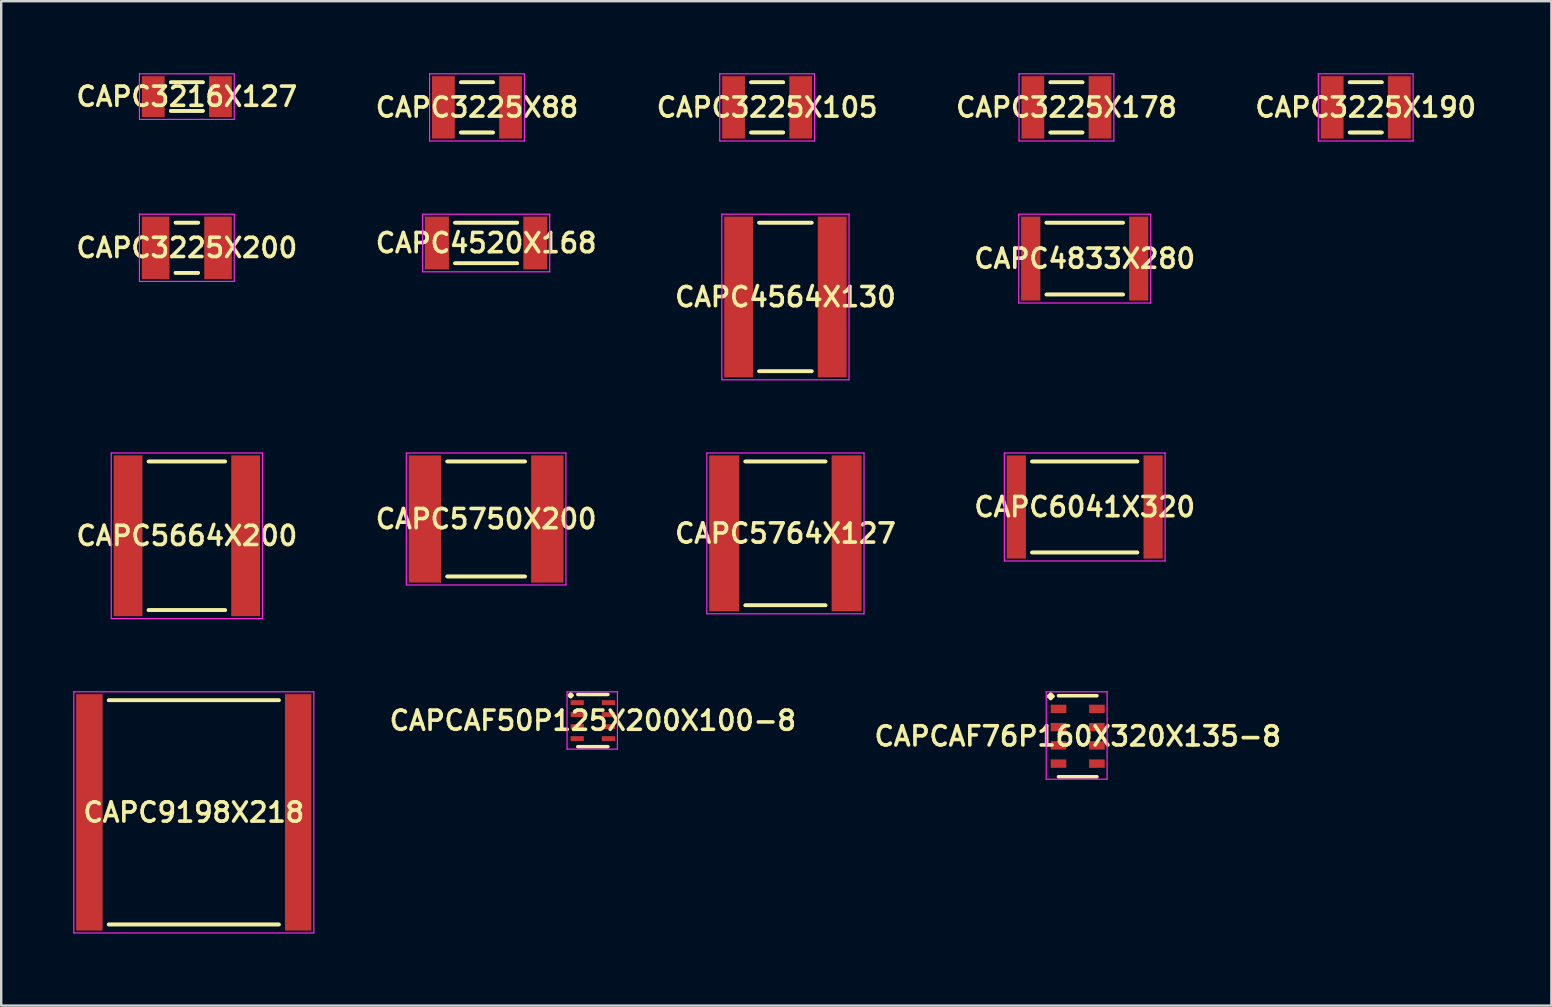
<source format=kicad_pcb>
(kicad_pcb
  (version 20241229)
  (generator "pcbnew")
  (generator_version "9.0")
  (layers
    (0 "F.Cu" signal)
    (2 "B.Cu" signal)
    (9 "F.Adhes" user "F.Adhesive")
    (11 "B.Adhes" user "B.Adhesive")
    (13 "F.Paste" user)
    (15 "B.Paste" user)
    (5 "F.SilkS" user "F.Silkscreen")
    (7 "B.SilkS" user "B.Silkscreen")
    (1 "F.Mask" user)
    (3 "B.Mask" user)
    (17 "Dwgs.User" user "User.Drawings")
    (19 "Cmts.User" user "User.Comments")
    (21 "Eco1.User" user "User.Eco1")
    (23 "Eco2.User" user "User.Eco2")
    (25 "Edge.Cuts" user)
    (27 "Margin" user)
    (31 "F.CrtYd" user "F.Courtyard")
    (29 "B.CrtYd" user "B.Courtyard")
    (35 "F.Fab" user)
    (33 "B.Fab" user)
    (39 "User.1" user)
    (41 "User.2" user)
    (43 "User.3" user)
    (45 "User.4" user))
  (footprint "CAPC4833X280"
    (layer "F.Cu")
    (at 42.148 7.725)
    (property "Reference" "CAPC4833X280" (at 0 0 0) (layer "F.SilkS") (effects (font (size 0.8 0.8) (thickness 0.15))))
    (attr smd)
    (fp_line (start -1.596 -1.496) (end 1.596 -1.496) (stroke (width 0.15) (type solid)) (layer "F.SilkS"))
    (fp_line (start -1.596 1.496) (end 1.596 1.496) (stroke (width 0.15) (type solid)) (layer "F.SilkS"))
    (fp_line (start 1.596 -1.496) (end -1.596 -1.496) (stroke (width 0.15) (type solid)) (layer "F.SilkS"))
    (fp_line (start 1.596 1.496) (end -1.596 1.496) (stroke (width 0.15) (type solid)) (layer "F.SilkS"))
    (fp_line (start -2.75 -1.85) (end 2.75 -1.85) (stroke (width 0.05) (type solid)) (layer "F.CrtYd"))
    (fp_line (start -2.75 1.85) (end -2.75 -1.85) (stroke (width 0.05) (type solid)) (layer "F.CrtYd"))
    (fp_line (start 2.75 -1.85) (end 2.75 1.85) (stroke (width 0.05) (type solid)) (layer "F.CrtYd"))
    (fp_line (start 2.75 1.85) (end -2.75 1.85) (stroke (width 0.05) (type solid)) (layer "F.CrtYd"))
    (pad "1" smd rect (at -2.25 0) (size 0.8 3.5) (layers "F.Cu" "F.Mask" "F.Paste"))
    (pad "2" smd rect (at 2.25 0) (size 0.8 3.5) (layers "F.Cu" "F.Mask" "F.Paste")))
  (footprint "CAPC9198X218"
    (layer "F.Cu")
    (at 5.025 30.8)
    (property "Reference" "CAPC9198X218" (at 0 0 0) (layer "F.SilkS") (effects (font (size 0.8 0.8) (thickness 0.15))))
    (attr smd)
    (fp_line (start -3.546 -4.671) (end 3.546 -4.671) (stroke (width 0.15) (type solid)) (layer "F.SilkS"))
    (fp_line (start -3.546 4.671) (end 3.546 4.671) (stroke (width 0.15) (type solid)) (layer "F.SilkS"))
    (fp_line (start 3.546 -4.671) (end -3.546 -4.671) (stroke (width 0.15) (type solid)) (layer "F.SilkS"))
    (fp_line (start 3.546 4.671) (end -3.546 4.671) (stroke (width 0.15) (type solid)) (layer "F.SilkS"))
    (fp_line (start -5 -5.025) (end 5 -5.025) (stroke (width 0.05) (type solid)) (layer "F.CrtYd"))
    (fp_line (start -5 5.025) (end -5 -5.025) (stroke (width 0.05) (type solid)) (layer "F.CrtYd"))
    (fp_line (start 5 -5.025) (end 5 5.025) (stroke (width 0.05) (type solid)) (layer "F.CrtYd"))
    (fp_line (start 5 5.025) (end -5 5.025) (stroke (width 0.05) (type solid)) (layer "F.CrtYd"))
    (pad "1" smd rect (at -4.35 0) (size 1.1 9.85) (layers "F.Cu" "F.Mask" "F.Paste"))
    (pad "2" smd rect (at 4.35 0) (size 1.1 9.85) (layers "F.Cu" "F.Mask" "F.Paste")))
  (footprint "CAPC3225X178"
    (layer "F.Cu")
    (at 41.386 1.425)
    (property "Reference" "CAPC3225X178" (at 0 0 0) (layer "F.SilkS") (effects (font (size 0.8 0.8) (thickness 0.15))))
    (attr smd)
    (fp_line (start -0.671 -1.046) (end 0.671 -1.046) (stroke (width 0.15) (type solid)) (layer "F.SilkS"))
    (fp_line (start -0.671 1.046) (end 0.671 1.046) (stroke (width 0.15) (type solid)) (layer "F.SilkS"))
    (fp_line (start 0.671 -1.046) (end -0.671 -1.046) (stroke (width 0.15) (type solid)) (layer "F.SilkS"))
    (fp_line (start 0.671 1.046) (end -0.671 1.046) (stroke (width 0.15) (type solid)) (layer "F.SilkS"))
    (fp_line (start -1.975 -1.4) (end 1.975 -1.4) (stroke (width 0.05) (type solid)) (layer "F.CrtYd"))
    (fp_line (start -1.975 1.4) (end -1.975 -1.4) (stroke (width 0.05) (type solid)) (layer "F.CrtYd"))
    (fp_line (start 1.975 -1.4) (end 1.975 1.4) (stroke (width 0.05) (type solid)) (layer "F.CrtYd"))
    (fp_line (start 1.975 1.4) (end -1.975 1.4) (stroke (width 0.05) (type solid)) (layer "F.CrtYd"))
    (pad "1" smd rect (at -1.4 0) (size 0.95 2.6) (layers "F.Cu" "F.Mask" "F.Paste"))
    (pad "2" smd rect (at 1.4 0) (size 0.95 2.6) (layers "F.Cu" "F.Mask" "F.Paste")))
  (footprint "CAPC5764X127"
    (layer "F.Cu")
    (at 29.677 19.175)
    (property "Reference" "CAPC5764X127" (at 0 0 0) (layer "F.SilkS") (effects (font (size 0.8 0.8) (thickness 0.15))))
    (attr smd)
    (fp_line (start -1.671 -2.996) (end 1.671 -2.996) (stroke (width 0.15) (type solid)) (layer "F.SilkS"))
    (fp_line (start -1.671 2.996) (end 1.671 2.996) (stroke (width 0.15) (type solid)) (layer "F.SilkS"))
    (fp_line (start 1.671 -2.996) (end -1.671 -2.996) (stroke (width 0.15) (type solid)) (layer "F.SilkS"))
    (fp_line (start 1.671 2.996) (end -1.671 2.996) (stroke (width 0.15) (type solid)) (layer "F.SilkS"))
    (fp_line (start -3.275 -3.35) (end 3.275 -3.35) (stroke (width 0.05) (type solid)) (layer "F.CrtYd"))
    (fp_line (start -3.275 3.35) (end -3.275 -3.35) (stroke (width 0.05) (type solid)) (layer "F.CrtYd"))
    (fp_line (start 3.275 -3.35) (end 3.275 3.35) (stroke (width 0.05) (type solid)) (layer "F.CrtYd"))
    (fp_line (start 3.275 3.35) (end -3.275 3.35) (stroke (width 0.05) (type solid)) (layer "F.CrtYd"))
    (pad "1" smd rect (at -2.55 0) (size 1.25 6.5) (layers "F.Cu" "F.Mask" "F.Paste"))
    (pad "2" smd rect (at 2.55 0) (size 1.25 6.5) (layers "F.Cu" "F.Mask" "F.Paste")))
  (footprint "CAPC3225X88"
    (layer "F.Cu")
    (at 16.825 1.425)
    (property "Reference" "CAPC3225X88" (at 0 0 0) (layer "F.SilkS") (effects (font (size 0.8 0.8) (thickness 0.15))))
    (attr smd)
    (fp_line (start -0.671 -1.046) (end 0.671 -1.046) (stroke (width 0.15) (type solid)) (layer "F.SilkS"))
    (fp_line (start -0.671 1.046) (end 0.671 1.046) (stroke (width 0.15) (type solid)) (layer "F.SilkS"))
    (fp_line (start 0.671 -1.046) (end -0.671 -1.046) (stroke (width 0.15) (type solid)) (layer "F.SilkS"))
    (fp_line (start 0.671 1.046) (end -0.671 1.046) (stroke (width 0.15) (type solid)) (layer "F.SilkS"))
    (fp_line (start -1.975 -1.4) (end 1.975 -1.4) (stroke (width 0.05) (type solid)) (layer "F.CrtYd"))
    (fp_line (start -1.975 1.4) (end -1.975 -1.4) (stroke (width 0.05) (type solid)) (layer "F.CrtYd"))
    (fp_line (start 1.975 -1.4) (end 1.975 1.4) (stroke (width 0.05) (type solid)) (layer "F.CrtYd"))
    (fp_line (start 1.975 1.4) (end -1.975 1.4) (stroke (width 0.05) (type solid)) (layer "F.CrtYd"))
    (pad "1" smd rect (at -1.4 0) (size 0.95 2.6) (layers "F.Cu" "F.Mask" "F.Paste"))
    (pad "2" smd rect (at 1.4 0) (size 0.95 2.6) (layers "F.Cu" "F.Mask" "F.Paste")))
  (footprint "CAPC3216X127"
    (layer "F.Cu")
    (at 4.735 0.975)
    (property "Reference" "CAPC3216X127" (at 0 0 0) (layer "F.SilkS") (effects (font (size 0.8 0.8) (thickness 0.15))))
    (attr smd)
    (fp_line (start -0.671 -0.596) (end 0.671 -0.596) (stroke (width 0.15) (type solid)) (layer "F.SilkS"))
    (fp_line (start -0.671 0.596) (end 0.671 0.596) (stroke (width 0.15) (type solid)) (layer "F.SilkS"))
    (fp_line (start 0.671 -0.596) (end -0.671 -0.596) (stroke (width 0.15) (type solid)) (layer "F.SilkS"))
    (fp_line (start 0.671 0.596) (end -0.671 0.596) (stroke (width 0.15) (type solid)) (layer "F.SilkS"))
    (fp_line (start -1.975 -0.95) (end 1.975 -0.95) (stroke (width 0.05) (type solid)) (layer "F.CrtYd"))
    (fp_line (start -1.975 0.95) (end -1.975 -0.95) (stroke (width 0.05) (type solid)) (layer "F.CrtYd"))
    (fp_line (start 1.975 -0.95) (end 1.975 0.95) (stroke (width 0.05) (type solid)) (layer "F.CrtYd"))
    (fp_line (start 1.975 0.95) (end -1.975 0.95) (stroke (width 0.05) (type solid)) (layer "F.CrtYd"))
    (pad "1" smd rect (at -1.4 0) (size 0.95 1.7) (layers "F.Cu" "F.Mask" "F.Paste"))
    (pad "2" smd rect (at 1.4 0) (size 0.95 1.7) (layers "F.Cu" "F.Mask" "F.Paste")))
  (footprint "CAPCAF76P160X320X135-8"
    (layer "F.Cu")
    (at 41.856 27.628)
    (property "Reference" "CAPCAF76P160X320X135-8" (at 0 0 0) (layer "F.SilkS") (effects (font (size 0.8 0.8) (thickness 0.15))))
    (attr smd)
    (fp_line (start -1.212 -1.665) (end -1.125 -1.752) (stroke (width 0.15) (type solid)) (layer "F.SilkS"))
    (fp_line (start -1.125 -1.752) (end -1.038 -1.665) (stroke (width 0.15) (type solid)) (layer "F.SilkS"))
    (fp_line (start -1.125 -1.577) (end -1.212 -1.665) (stroke (width 0.15) (type solid)) (layer "F.SilkS"))
    (fp_line (start -1.038 -1.665) (end -1.125 -1.577) (stroke (width 0.15) (type solid)) (layer "F.SilkS"))
    (fp_line (start -0.8 -1.689) (end 0.8 -1.689) (stroke (width 0.15) (type solid)) (layer "F.SilkS"))
    (fp_line (start -0.8 1.689) (end 0.8 1.689) (stroke (width 0.15) (type solid)) (layer "F.SilkS"))
    (fp_line (start -1.312 -1.853) (end 1.225 -1.853) (stroke (width 0.05) (type solid)) (layer "F.CrtYd"))
    (fp_line (start -1.312 1.789) (end -1.312 -1.853) (stroke (width 0.05) (type solid)) (layer "F.CrtYd"))
    (fp_line (start 1.225 -1.853) (end 1.225 1.789) (stroke (width 0.05) (type solid)) (layer "F.CrtYd"))
    (fp_line (start 1.225 1.789) (end -1.312 1.789) (stroke (width 0.05) (type solid)) (layer "F.CrtYd"))
    (pad "1" smd rect (at -0.8 -1.14) (size 0.65 0.35) (layers "F.Cu" "F.Mask" "F.Paste"))
    (pad "2" smd rect (at -0.8 -0.38) (size 0.65 0.35) (layers "F.Cu" "F.Mask" "F.Paste"))
    (pad "3" smd rect (at -0.8 0.38) (size 0.65 0.35) (layers "F.Cu" "F.Mask" "F.Paste"))
    (pad "4" smd rect (at -0.8 1.14) (size 0.65 0.35) (layers "F.Cu" "F.Mask" "F.Paste"))
    (pad "5" smd rect (at 0.8 1.14) (size 0.65 0.35) (layers "F.Cu" "F.Mask" "F.Paste"))
    (pad "6" smd rect (at 0.8 0.38) (size 0.65 0.35) (layers "F.Cu" "F.Mask" "F.Paste"))
    (pad "7" smd rect (at 0.8 -0.38) (size 0.65 0.35) (layers "F.Cu" "F.Mask" "F.Paste"))
    (pad "8" smd rect (at 0.8 -1.14) (size 0.65 0.35) (layers "F.Cu" "F.Mask" "F.Paste")))
  (footprint "CAPC5664X200"
    (layer "F.Cu")
    (at 4.735 19.275)
    (property "Reference" "CAPC5664X200" (at 0 0 0) (layer "F.SilkS") (effects (font (size 0.8 0.8) (thickness 0.15))))
    (attr smd)
    (fp_line (start -1.596 -3.096) (end 1.596 -3.096) (stroke (width 0.15) (type solid)) (layer "F.SilkS"))
    (fp_line (start -1.596 3.096) (end 1.596 3.096) (stroke (width 0.15) (type solid)) (layer "F.SilkS"))
    (fp_line (start 1.596 -3.096) (end -1.596 -3.096) (stroke (width 0.15) (type solid)) (layer "F.SilkS"))
    (fp_line (start 1.596 3.096) (end -1.596 3.096) (stroke (width 0.15) (type solid)) (layer "F.SilkS"))
    (fp_line (start -3.15 -3.45) (end 3.15 -3.45) (stroke (width 0.05) (type solid)) (layer "F.CrtYd"))
    (fp_line (start -3.15 3.45) (end -3.15 -3.45) (stroke (width 0.05) (type solid)) (layer "F.CrtYd"))
    (fp_line (start 3.15 -3.45) (end 3.15 3.45) (stroke (width 0.05) (type solid)) (layer "F.CrtYd"))
    (fp_line (start 3.15 3.45) (end -3.15 3.45) (stroke (width 0.05) (type solid)) (layer "F.CrtYd"))
    (pad "1" smd rect (at -2.45 0) (size 1.2 6.7) (layers "F.Cu" "F.Mask" "F.Paste"))
    (pad "2" smd rect (at 2.45 0) (size 1.2 6.7) (layers "F.Cu" "F.Mask" "F.Paste")))
  (footprint "CAPC3225X105"
    (layer "F.Cu")
    (at 28.915 1.425)
    (property "Reference" "CAPC3225X105" (at 0 0 0) (layer "F.SilkS") (effects (font (size 0.8 0.8) (thickness 0.15))))
    (attr smd)
    (fp_line (start -0.671 -1.046) (end 0.671 -1.046) (stroke (width 0.15) (type solid)) (layer "F.SilkS"))
    (fp_line (start -0.671 1.046) (end 0.671 1.046) (stroke (width 0.15) (type solid)) (layer "F.SilkS"))
    (fp_line (start 0.671 -1.046) (end -0.671 -1.046) (stroke (width 0.15) (type solid)) (layer "F.SilkS"))
    (fp_line (start 0.671 1.046) (end -0.671 1.046) (stroke (width 0.15) (type solid)) (layer "F.SilkS"))
    (fp_line (start -1.975 -1.4) (end 1.975 -1.4) (stroke (width 0.05) (type solid)) (layer "F.CrtYd"))
    (fp_line (start -1.975 1.4) (end -1.975 -1.4) (stroke (width 0.05) (type solid)) (layer "F.CrtYd"))
    (fp_line (start 1.975 -1.4) (end 1.975 1.4) (stroke (width 0.05) (type solid)) (layer "F.CrtYd"))
    (fp_line (start 1.975 1.4) (end -1.975 1.4) (stroke (width 0.05) (type solid)) (layer "F.CrtYd"))
    (pad "1" smd rect (at -1.4 0) (size 0.95 2.6) (layers "F.Cu" "F.Mask" "F.Paste"))
    (pad "2" smd rect (at 1.4 0) (size 0.95 2.6) (layers "F.Cu" "F.Mask" "F.Paste")))
  (footprint "CAPC3225X200"
    (layer "F.Cu")
    (at 4.735 7.275)
    (property "Reference" "CAPC3225X200" (at 0 0 0) (layer "F.SilkS") (effects (font (size 0.8 0.8) (thickness 0.15))))
    (attr smd)
    (fp_line (start -0.471 -1.046) (end 0.471 -1.046) (stroke (width 0.15) (type solid)) (layer "F.SilkS"))
    (fp_line (start -0.471 1.046) (end 0.471 1.046) (stroke (width 0.15) (type solid)) (layer "F.SilkS"))
    (fp_line (start 0.471 -1.046) (end -0.471 -1.046) (stroke (width 0.15) (type solid)) (layer "F.SilkS"))
    (fp_line (start 0.471 1.046) (end -0.471 1.046) (stroke (width 0.15) (type solid)) (layer "F.SilkS"))
    (fp_line (start -1.975 -1.4) (end 1.975 -1.4) (stroke (width 0.05) (type solid)) (layer "F.CrtYd"))
    (fp_line (start -1.975 1.4) (end -1.975 -1.4) (stroke (width 0.05) (type solid)) (layer "F.CrtYd"))
    (fp_line (start 1.975 -1.4) (end 1.975 1.4) (stroke (width 0.05) (type solid)) (layer "F.CrtYd"))
    (fp_line (start 1.975 1.4) (end -1.975 1.4) (stroke (width 0.05) (type solid)) (layer "F.CrtYd"))
    (pad "1" smd rect (at -1.3 0) (size 1.15 2.6) (layers "F.Cu" "F.Mask" "F.Paste"))
    (pad "2" smd rect (at 1.3 0) (size 1.15 2.6) (layers "F.Cu" "F.Mask" "F.Paste")))
  (footprint "CAPC4520X168"
    (layer "F.Cu")
    (at 17.206 7.075)
    (property "Reference" "CAPC4520X168" (at 0 0 0) (layer "F.SilkS") (effects (font (size 0.8 0.8) (thickness 0.15))))
    (attr smd)
    (fp_line (start -1.296 -0.846) (end 1.296 -0.846) (stroke (width 0.15) (type solid)) (layer "F.SilkS"))
    (fp_line (start -1.296 0.846) (end 1.296 0.846) (stroke (width 0.15) (type solid)) (layer "F.SilkS"))
    (fp_line (start 1.296 -0.846) (end -1.296 -0.846) (stroke (width 0.15) (type solid)) (layer "F.SilkS"))
    (fp_line (start 1.296 0.846) (end -1.296 0.846) (stroke (width 0.15) (type solid)) (layer "F.SilkS"))
    (fp_line (start -2.65 -1.2) (end 2.65 -1.2) (stroke (width 0.05) (type solid)) (layer "F.CrtYd"))
    (fp_line (start -2.65 1.2) (end -2.65 -1.2) (stroke (width 0.05) (type solid)) (layer "F.CrtYd"))
    (fp_line (start 2.65 -1.2) (end 2.65 1.2) (stroke (width 0.05) (type solid)) (layer "F.CrtYd"))
    (fp_line (start 2.65 1.2) (end -2.65 1.2) (stroke (width 0.05) (type solid)) (layer "F.CrtYd"))
    (pad "1" smd rect (at -2.05 0) (size 1 2.2) (layers "F.Cu" "F.Mask" "F.Paste"))
    (pad "2" smd rect (at 2.05 0) (size 1 2.2) (layers "F.Cu" "F.Mask" "F.Paste")))
  (footprint "CAPCAF50P125X200X100-8"
    (layer "F.Cu")
    (at 21.652 26.975)
    (property "Reference" "CAPCAF50P125X200X100-8" (at 0 0 0) (layer "F.SilkS") (effects (font (size 0.8 0.8) (thickness 0.15))))
    (attr smd)
    (fp_line (start -0.975 -1.05) (end -0.925 -1.1) (stroke (width 0.15) (type solid)) (layer "F.SilkS"))
    (fp_line (start -0.925 -1.1) (end -0.875 -1.05) (stroke (width 0.15) (type solid)) (layer "F.SilkS"))
    (fp_line (start -0.925 -1) (end -0.975 -1.05) (stroke (width 0.15) (type solid)) (layer "F.SilkS"))
    (fp_line (start -0.875 -1.05) (end -0.925 -1) (stroke (width 0.15) (type solid)) (layer "F.SilkS"))
    (fp_line (start -0.625 -1.089) (end 0.625 -1.089) (stroke (width 0.15) (type solid)) (layer "F.SilkS"))
    (fp_line (start -0.625 1.089) (end 0.625 1.089) (stroke (width 0.15) (type solid)) (layer "F.SilkS"))
    (fp_line (start -1.075 -1.2) (end 1.025 -1.2) (stroke (width 0.05) (type solid)) (layer "F.CrtYd"))
    (fp_line (start -1.075 1.189) (end -1.075 -1.2) (stroke (width 0.05) (type solid)) (layer "F.CrtYd"))
    (fp_line (start 1.025 -1.2) (end 1.025 1.189) (stroke (width 0.05) (type solid)) (layer "F.CrtYd"))
    (fp_line (start 1.025 1.189) (end -1.075 1.189) (stroke (width 0.05) (type solid)) (layer "F.CrtYd"))
    (pad "1" smd rect (at -0.65 -0.75) (size 0.55 0.2) (layers "F.Cu" "F.Mask" "F.Paste"))
    (pad "2" smd rect (at -0.65 -0.25) (size 0.55 0.2) (layers "F.Cu" "F.Mask" "F.Paste"))
    (pad "3" smd rect (at -0.65 0.25) (size 0.55 0.2) (layers "F.Cu" "F.Mask" "F.Paste"))
    (pad "4" smd rect (at -0.65 0.75) (size 0.55 0.2) (layers "F.Cu" "F.Mask" "F.Paste"))
    (pad "5" smd rect (at 0.65 0.75) (size 0.55 0.2) (layers "F.Cu" "F.Mask" "F.Paste"))
    (pad "6" smd rect (at 0.65 0.25) (size 0.55 0.2) (layers "F.Cu" "F.Mask" "F.Paste"))
    (pad "7" smd rect (at 0.65 -0.25) (size 0.55 0.2) (layers "F.Cu" "F.Mask" "F.Paste"))
    (pad "8" smd rect (at 0.65 -0.75) (size 0.55 0.2) (layers "F.Cu" "F.Mask" "F.Paste")))
  (footprint "CAPC3225X190"
    (layer "F.Cu")
    (at 53.857 1.425)
    (property "Reference" "CAPC3225X190" (at 0 0 0) (layer "F.SilkS") (effects (font (size 0.8 0.8) (thickness 0.15))))
    (attr smd)
    (fp_line (start -0.671 -1.046) (end 0.671 -1.046) (stroke (width 0.15) (type solid)) (layer "F.SilkS"))
    (fp_line (start -0.671 1.046) (end 0.671 1.046) (stroke (width 0.15) (type solid)) (layer "F.SilkS"))
    (fp_line (start 0.671 -1.046) (end -0.671 -1.046) (stroke (width 0.15) (type solid)) (layer "F.SilkS"))
    (fp_line (start 0.671 1.046) (end -0.671 1.046) (stroke (width 0.15) (type solid)) (layer "F.SilkS"))
    (fp_line (start -1.975 -1.4) (end 1.975 -1.4) (stroke (width 0.05) (type solid)) (layer "F.CrtYd"))
    (fp_line (start -1.975 1.4) (end -1.975 -1.4) (stroke (width 0.05) (type solid)) (layer "F.CrtYd"))
    (fp_line (start 1.975 -1.4) (end 1.975 1.4) (stroke (width 0.05) (type solid)) (layer "F.CrtYd"))
    (fp_line (start 1.975 1.4) (end -1.975 1.4) (stroke (width 0.05) (type solid)) (layer "F.CrtYd"))
    (pad "1" smd rect (at -1.4 0) (size 0.95 2.6) (layers "F.Cu" "F.Mask" "F.Paste"))
    (pad "2" smd rect (at 1.4 0) (size 0.95 2.6) (layers "F.Cu" "F.Mask" "F.Paste")))
  (footprint "CAPC5750X200"
    (layer "F.Cu")
    (at 17.206 18.575)
    (property "Reference" "CAPC5750X200" (at 0 0 0) (layer "F.SilkS") (effects (font (size 0.8 0.8) (thickness 0.15))))
    (attr smd)
    (fp_line (start -1.621 -2.396) (end 1.621 -2.396) (stroke (width 0.15) (type solid)) (layer "F.SilkS"))
    (fp_line (start -1.621 2.396) (end 1.621 2.396) (stroke (width 0.15) (type solid)) (layer "F.SilkS"))
    (fp_line (start 1.621 -2.396) (end -1.621 -2.396) (stroke (width 0.15) (type solid)) (layer "F.SilkS"))
    (fp_line (start 1.621 2.396) (end -1.621 2.396) (stroke (width 0.15) (type solid)) (layer "F.SilkS"))
    (fp_line (start -3.325 -2.75) (end 3.325 -2.75) (stroke (width 0.05) (type solid)) (layer "F.CrtYd"))
    (fp_line (start -3.325 2.75) (end -3.325 -2.75) (stroke (width 0.05) (type solid)) (layer "F.CrtYd"))
    (fp_line (start 3.325 -2.75) (end 3.325 2.75) (stroke (width 0.05) (type solid)) (layer "F.CrtYd"))
    (fp_line (start 3.325 2.75) (end -3.325 2.75) (stroke (width 0.05) (type solid)) (layer "F.CrtYd"))
    (pad "1" smd rect (at -2.55 0) (size 1.35 5.3) (layers "F.Cu" "F.Mask" "F.Paste"))
    (pad "2" smd rect (at 2.55 0) (size 1.35 5.3) (layers "F.Cu" "F.Mask" "F.Paste")))
  (footprint "CAPC4564X130"
    (layer "F.Cu")
    (at 29.677 9.325)
    (property "Reference" "CAPC4564X130" (at 0 0 0) (layer "F.SilkS") (effects (font (size 0.8 0.8) (thickness 0.15))))
    (attr smd)
    (fp_line (start -1.096 -3.096) (end 1.096 -3.096) (stroke (width 0.15) (type solid)) (layer "F.SilkS"))
    (fp_line (start -1.096 3.096) (end 1.096 3.096) (stroke (width 0.15) (type solid)) (layer "F.SilkS"))
    (fp_line (start 1.096 -3.096) (end -1.096 -3.096) (stroke (width 0.15) (type solid)) (layer "F.SilkS"))
    (fp_line (start 1.096 3.096) (end -1.096 3.096) (stroke (width 0.15) (type solid)) (layer "F.SilkS"))
    (fp_line (start -2.65 -3.45) (end 2.65 -3.45) (stroke (width 0.05) (type solid)) (layer "F.CrtYd"))
    (fp_line (start -2.65 3.45) (end -2.65 -3.45) (stroke (width 0.05) (type solid)) (layer "F.CrtYd"))
    (fp_line (start 2.65 -3.45) (end 2.65 3.45) (stroke (width 0.05) (type solid)) (layer "F.CrtYd"))
    (fp_line (start 2.65 3.45) (end -2.65 3.45) (stroke (width 0.05) (type solid)) (layer "F.CrtYd"))
    (pad "1" smd rect (at -1.95 0) (size 1.2 6.7) (layers "F.Cu" "F.Mask" "F.Paste"))
    (pad "2" smd rect (at 1.95 0) (size 1.2 6.7) (layers "F.Cu" "F.Mask" "F.Paste")))
  (footprint "CAPC6041X320"
    (layer "F.Cu")
    (at 42.148 18.075)
    (property "Reference" "CAPC6041X320" (at 0 0 0) (layer "F.SilkS") (effects (font (size 0.8 0.8) (thickness 0.15))))
    (attr smd)
    (fp_line (start -2.196 -1.896) (end 2.196 -1.896) (stroke (width 0.15) (type solid)) (layer "F.SilkS"))
    (fp_line (start -2.196 1.896) (end 2.196 1.896) (stroke (width 0.15) (type solid)) (layer "F.SilkS"))
    (fp_line (start 2.196 -1.896) (end -2.196 -1.896) (stroke (width 0.15) (type solid)) (layer "F.SilkS"))
    (fp_line (start 2.196 1.896) (end -2.196 1.896) (stroke (width 0.15) (type solid)) (layer "F.SilkS"))
    (fp_line (start -3.35 -2.25) (end 3.35 -2.25) (stroke (width 0.05) (type solid)) (layer "F.CrtYd"))
    (fp_line (start -3.35 2.25) (end -3.35 -2.25) (stroke (width 0.05) (type solid)) (layer "F.CrtYd"))
    (fp_line (start 3.35 -2.25) (end 3.35 2.25) (stroke (width 0.05) (type solid)) (layer "F.CrtYd"))
    (fp_line (start 3.35 2.25) (end -3.35 2.25) (stroke (width 0.05) (type solid)) (layer "F.CrtYd"))
    (pad "1" smd rect (at -2.85 0) (size 0.8 4.3) (layers "F.Cu" "F.Mask" "F.Paste"))
    (pad "2" smd rect (at 2.85 0) (size 0.8 4.3) (layers "F.Cu" "F.Mask" "F.Paste")))
  (gr_rect
    (start -3 -3)
    (end 61.593 38.85)
    (stroke (width 0.1) (type default))
    (fill no)
    (layer "Edge.Cuts")))
</source>
